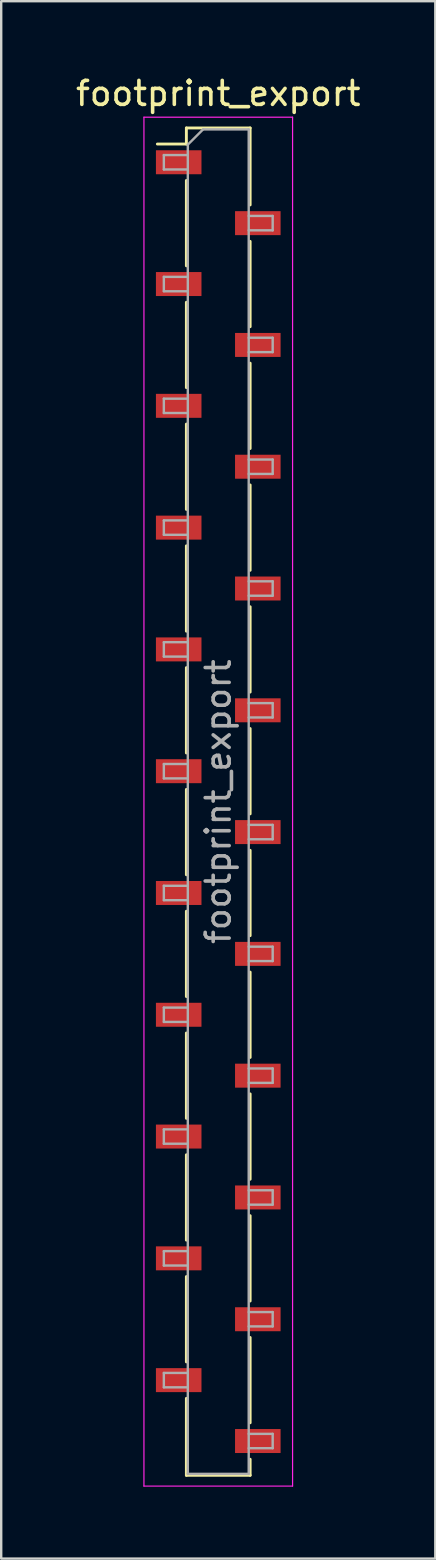
<source format=kicad_pcb>
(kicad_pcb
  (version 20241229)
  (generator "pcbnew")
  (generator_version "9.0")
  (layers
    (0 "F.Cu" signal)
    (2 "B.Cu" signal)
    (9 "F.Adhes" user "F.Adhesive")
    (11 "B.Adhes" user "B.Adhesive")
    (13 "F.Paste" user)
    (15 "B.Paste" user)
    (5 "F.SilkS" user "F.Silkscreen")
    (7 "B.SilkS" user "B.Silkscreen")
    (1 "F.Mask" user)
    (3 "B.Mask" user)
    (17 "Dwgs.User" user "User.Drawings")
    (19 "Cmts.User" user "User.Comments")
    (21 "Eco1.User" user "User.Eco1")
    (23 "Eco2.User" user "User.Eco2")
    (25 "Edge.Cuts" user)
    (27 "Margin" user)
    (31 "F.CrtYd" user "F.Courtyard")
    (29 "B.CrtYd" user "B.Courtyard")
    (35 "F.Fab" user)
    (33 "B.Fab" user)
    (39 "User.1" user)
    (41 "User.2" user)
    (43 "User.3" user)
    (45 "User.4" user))
  (footprint "footprint_export"
    (layer "F.Cu")
    (at 6.054 30.388)
    (property "Reference" "footprint_export" (at 0 -29.54 0) (layer "F.SilkS") (effects (font (size 1 1) (thickness 0.15))))
    (attr smd)
    (fp_line (start -2.54 -27.43) (end -1.33 -27.43) (stroke (width 0.12) (type solid)) (layer "F.SilkS"))
    (fp_line (start -1.33 -28.1) (end -1.33 -27.43) (stroke (width 0.12) (type solid)) (layer "F.SilkS"))
    (fp_line (start -1.33 -28.1) (end 1.33 -28.1) (stroke (width 0.12) (type solid)) (layer "F.SilkS"))
    (fp_line (start -1.33 -25.91) (end -1.33 -22.35) (stroke (width 0.12) (type solid)) (layer "F.SilkS"))
    (fp_line (start -1.33 -20.83) (end -1.33 -17.27) (stroke (width 0.12) (type solid)) (layer "F.SilkS"))
    (fp_line (start -1.33 -15.75) (end -1.33 -12.19) (stroke (width 0.12) (type solid)) (layer "F.SilkS"))
    (fp_line (start -1.33 -10.67) (end -1.33 -7.11) (stroke (width 0.12) (type solid)) (layer "F.SilkS"))
    (fp_line (start -1.33 -5.59) (end -1.33 -2.03) (stroke (width 0.12) (type solid)) (layer "F.SilkS"))
    (fp_line (start -1.33 -0.51) (end -1.33 3.05) (stroke (width 0.12) (type solid)) (layer "F.SilkS"))
    (fp_line (start -1.33 4.57) (end -1.33 8.13) (stroke (width 0.12) (type solid)) (layer "F.SilkS"))
    (fp_line (start -1.33 9.65) (end -1.33 13.21) (stroke (width 0.12) (type solid)) (layer "F.SilkS"))
    (fp_line (start -1.33 14.73) (end -1.33 18.29) (stroke (width 0.12) (type solid)) (layer "F.SilkS"))
    (fp_line (start -1.33 19.81) (end -1.33 23.37) (stroke (width 0.12) (type solid)) (layer "F.SilkS"))
    (fp_line (start -1.33 24.89) (end -1.33 28.1) (stroke (width 0.12) (type solid)) (layer "F.SilkS"))
    (fp_line (start -1.33 28.1) (end 1.33 28.1) (stroke (width 0.12) (type solid)) (layer "F.SilkS"))
    (fp_line (start 1.33 -28.1) (end 1.33 -24.89) (stroke (width 0.12) (type solid)) (layer "F.SilkS"))
    (fp_line (start 1.33 -23.37) (end 1.33 -19.81) (stroke (width 0.12) (type solid)) (layer "F.SilkS"))
    (fp_line (start 1.33 -18.29) (end 1.33 -14.73) (stroke (width 0.12) (type solid)) (layer "F.SilkS"))
    (fp_line (start 1.33 -13.21) (end 1.33 -9.65) (stroke (width 0.12) (type solid)) (layer "F.SilkS"))
    (fp_line (start 1.33 -8.13) (end 1.33 -4.57) (stroke (width 0.12) (type solid)) (layer "F.SilkS"))
    (fp_line (start 1.33 -3.05) (end 1.33 0.51) (stroke (width 0.12) (type solid)) (layer "F.SilkS"))
    (fp_line (start 1.33 2.03) (end 1.33 5.59) (stroke (width 0.12) (type solid)) (layer "F.SilkS"))
    (fp_line (start 1.33 7.11) (end 1.33 10.67) (stroke (width 0.12) (type solid)) (layer "F.SilkS"))
    (fp_line (start 1.33 12.19) (end 1.33 15.75) (stroke (width 0.12) (type solid)) (layer "F.SilkS"))
    (fp_line (start 1.33 17.27) (end 1.33 20.83) (stroke (width 0.12) (type solid)) (layer "F.SilkS"))
    (fp_line (start 1.33 22.35) (end 1.33 25.91) (stroke (width 0.12) (type solid)) (layer "F.SilkS"))
    (fp_line (start 1.33 27.43) (end 1.33 28.1) (stroke (width 0.12) (type solid)) (layer "F.SilkS"))
    (fp_line (start -3.1 -28.55) (end 3.1 -28.55) (stroke (width 0.05) (type solid)) (layer "F.CrtYd"))
    (fp_line (start -3.1 28.55) (end -3.1 -28.55) (stroke (width 0.05) (type solid)) (layer "F.CrtYd"))
    (fp_line (start 3.1 -28.55) (end 3.1 28.55) (stroke (width 0.05) (type solid)) (layer "F.CrtYd"))
    (fp_line (start 3.1 28.55) (end -3.1 28.55) (stroke (width 0.05) (type solid)) (layer "F.CrtYd"))
    (fp_line (start -2.27 -26.97) (end -1.27 -26.97) (stroke (width 0.1) (type solid)) (layer "F.Fab"))
    (fp_line (start -2.27 -26.37) (end -2.27 -26.97) (stroke (width 0.1) (type solid)) (layer "F.Fab"))
    (fp_line (start -2.27 -21.89) (end -1.27 -21.89) (stroke (width 0.1) (type solid)) (layer "F.Fab"))
    (fp_line (start -2.27 -21.29) (end -2.27 -21.89) (stroke (width 0.1) (type solid)) (layer "F.Fab"))
    (fp_line (start -2.27 -16.81) (end -1.27 -16.81) (stroke (width 0.1) (type solid)) (layer "F.Fab"))
    (fp_line (start -2.27 -16.21) (end -2.27 -16.81) (stroke (width 0.1) (type solid)) (layer "F.Fab"))
    (fp_line (start -2.27 -11.73) (end -1.27 -11.73) (stroke (width 0.1) (type solid)) (layer "F.Fab"))
    (fp_line (start -2.27 -11.13) (end -2.27 -11.73) (stroke (width 0.1) (type solid)) (layer "F.Fab"))
    (fp_line (start -2.27 -6.65) (end -1.27 -6.65) (stroke (width 0.1) (type solid)) (layer "F.Fab"))
    (fp_line (start -2.27 -6.05) (end -2.27 -6.65) (stroke (width 0.1) (type solid)) (layer "F.Fab"))
    (fp_line (start -2.27 -1.57) (end -1.27 -1.57) (stroke (width 0.1) (type solid)) (layer "F.Fab"))
    (fp_line (start -2.27 -0.97) (end -2.27 -1.57) (stroke (width 0.1) (type solid)) (layer "F.Fab"))
    (fp_line (start -2.27 3.51) (end -1.27 3.51) (stroke (width 0.1) (type solid)) (layer "F.Fab"))
    (fp_line (start -2.27 4.11) (end -2.27 3.51) (stroke (width 0.1) (type solid)) (layer "F.Fab"))
    (fp_line (start -2.27 8.59) (end -1.27 8.59) (stroke (width 0.1) (type solid)) (layer "F.Fab"))
    (fp_line (start -2.27 9.19) (end -2.27 8.59) (stroke (width 0.1) (type solid)) (layer "F.Fab"))
    (fp_line (start -2.27 13.67) (end -1.27 13.67) (stroke (width 0.1) (type solid)) (layer "F.Fab"))
    (fp_line (start -2.27 14.27) (end -2.27 13.67) (stroke (width 0.1) (type solid)) (layer "F.Fab"))
    (fp_line (start -2.27 18.75) (end -1.27 18.75) (stroke (width 0.1) (type solid)) (layer "F.Fab"))
    (fp_line (start -2.27 19.35) (end -2.27 18.75) (stroke (width 0.1) (type solid)) (layer "F.Fab"))
    (fp_line (start -2.27 23.83) (end -1.27 23.83) (stroke (width 0.1) (type solid)) (layer "F.Fab"))
    (fp_line (start -2.27 24.43) (end -2.27 23.83) (stroke (width 0.1) (type solid)) (layer "F.Fab"))
    (fp_line (start -1.27 -27.405) (end -0.635 -28.04) (stroke (width 0.1) (type solid)) (layer "F.Fab"))
    (fp_line (start -1.27 -26.37) (end -2.27 -26.37) (stroke (width 0.1) (type solid)) (layer "F.Fab"))
    (fp_line (start -1.27 -21.29) (end -2.27 -21.29) (stroke (width 0.1) (type solid)) (layer "F.Fab"))
    (fp_line (start -1.27 -16.21) (end -2.27 -16.21) (stroke (width 0.1) (type solid)) (layer "F.Fab"))
    (fp_line (start -1.27 -11.13) (end -2.27 -11.13) (stroke (width 0.1) (type solid)) (layer "F.Fab"))
    (fp_line (start -1.27 -6.05) (end -2.27 -6.05) (stroke (width 0.1) (type solid)) (layer "F.Fab"))
    (fp_line (start -1.27 -0.97) (end -2.27 -0.97) (stroke (width 0.1) (type solid)) (layer "F.Fab"))
    (fp_line (start -1.27 4.11) (end -2.27 4.11) (stroke (width 0.1) (type solid)) (layer "F.Fab"))
    (fp_line (start -1.27 9.19) (end -2.27 9.19) (stroke (width 0.1) (type solid)) (layer "F.Fab"))
    (fp_line (start -1.27 14.27) (end -2.27 14.27) (stroke (width 0.1) (type solid)) (layer "F.Fab"))
    (fp_line (start -1.27 19.35) (end -2.27 19.35) (stroke (width 0.1) (type solid)) (layer "F.Fab"))
    (fp_line (start -1.27 24.43) (end -2.27 24.43) (stroke (width 0.1) (type solid)) (layer "F.Fab"))
    (fp_line (start -1.27 28.04) (end -1.27 -27.405) (stroke (width 0.1) (type solid)) (layer "F.Fab"))
    (fp_line (start -0.635 -28.04) (end 1.27 -28.04) (stroke (width 0.1) (type solid)) (layer "F.Fab"))
    (fp_line (start 1.27 -28.04) (end 1.27 28.04) (stroke (width 0.1) (type solid)) (layer "F.Fab"))
    (fp_line (start 1.27 -24.43) (end 2.27 -24.43) (stroke (width 0.1) (type solid)) (layer "F.Fab"))
    (fp_line (start 1.27 -19.35) (end 2.27 -19.35) (stroke (width 0.1) (type solid)) (layer "F.Fab"))
    (fp_line (start 1.27 -14.27) (end 2.27 -14.27) (stroke (width 0.1) (type solid)) (layer "F.Fab"))
    (fp_line (start 1.27 -9.19) (end 2.27 -9.19) (stroke (width 0.1) (type solid)) (layer "F.Fab"))
    (fp_line (start 1.27 -4.11) (end 2.27 -4.11) (stroke (width 0.1) (type solid)) (layer "F.Fab"))
    (fp_line (start 1.27 0.97) (end 2.27 0.97) (stroke (width 0.1) (type solid)) (layer "F.Fab"))
    (fp_line (start 1.27 6.05) (end 2.27 6.05) (stroke (width 0.1) (type solid)) (layer "F.Fab"))
    (fp_line (start 1.27 11.13) (end 2.27 11.13) (stroke (width 0.1) (type solid)) (layer "F.Fab"))
    (fp_line (start 1.27 16.21) (end 2.27 16.21) (stroke (width 0.1) (type solid)) (layer "F.Fab"))
    (fp_line (start 1.27 21.29) (end 2.27 21.29) (stroke (width 0.1) (type solid)) (layer "F.Fab"))
    (fp_line (start 1.27 26.37) (end 2.27 26.37) (stroke (width 0.1) (type solid)) (layer "F.Fab"))
    (fp_line (start 1.27 28.04) (end -1.27 28.04) (stroke (width 0.1) (type solid)) (layer "F.Fab"))
    (fp_line (start 2.27 -24.43) (end 2.27 -23.83) (stroke (width 0.1) (type solid)) (layer "F.Fab"))
    (fp_line (start 2.27 -23.83) (end 1.27 -23.83) (stroke (width 0.1) (type solid)) (layer "F.Fab"))
    (fp_line (start 2.27 -19.35) (end 2.27 -18.75) (stroke (width 0.1) (type solid)) (layer "F.Fab"))
    (fp_line (start 2.27 -18.75) (end 1.27 -18.75) (stroke (width 0.1) (type solid)) (layer "F.Fab"))
    (fp_line (start 2.27 -14.27) (end 2.27 -13.67) (stroke (width 0.1) (type solid)) (layer "F.Fab"))
    (fp_line (start 2.27 -13.67) (end 1.27 -13.67) (stroke (width 0.1) (type solid)) (layer "F.Fab"))
    (fp_line (start 2.27 -9.19) (end 2.27 -8.59) (stroke (width 0.1) (type solid)) (layer "F.Fab"))
    (fp_line (start 2.27 -8.59) (end 1.27 -8.59) (stroke (width 0.1) (type solid)) (layer "F.Fab"))
    (fp_line (start 2.27 -4.11) (end 2.27 -3.51) (stroke (width 0.1) (type solid)) (layer "F.Fab"))
    (fp_line (start 2.27 -3.51) (end 1.27 -3.51) (stroke (width 0.1) (type solid)) (layer "F.Fab"))
    (fp_line (start 2.27 0.97) (end 2.27 1.57) (stroke (width 0.1) (type solid)) (layer "F.Fab"))
    (fp_line (start 2.27 1.57) (end 1.27 1.57) (stroke (width 0.1) (type solid)) (layer "F.Fab"))
    (fp_line (start 2.27 6.05) (end 2.27 6.65) (stroke (width 0.1) (type solid)) (layer "F.Fab"))
    (fp_line (start 2.27 6.65) (end 1.27 6.65) (stroke (width 0.1) (type solid)) (layer "F.Fab"))
    (fp_line (start 2.27 11.13) (end 2.27 11.73) (stroke (width 0.1) (type solid)) (layer "F.Fab"))
    (fp_line (start 2.27 11.73) (end 1.27 11.73) (stroke (width 0.1) (type solid)) (layer "F.Fab"))
    (fp_line (start 2.27 16.21) (end 2.27 16.81) (stroke (width 0.1) (type solid)) (layer "F.Fab"))
    (fp_line (start 2.27 16.81) (end 1.27 16.81) (stroke (width 0.1) (type solid)) (layer "F.Fab"))
    (fp_line (start 2.27 21.29) (end 2.27 21.89) (stroke (width 0.1) (type solid)) (layer "F.Fab"))
    (fp_line (start 2.27 21.89) (end 1.27 21.89) (stroke (width 0.1) (type solid)) (layer "F.Fab"))
    (fp_line (start 2.27 26.37) (end 2.27 26.97) (stroke (width 0.1) (type solid)) (layer "F.Fab"))
    (fp_line (start 2.27 26.97) (end 1.27 26.97) (stroke (width 0.1) (type solid)) (layer "F.Fab"))
    (fp_text user "${REFERENCE}" (at 0 0 90) (layer "F.Fab") (effects (font (size 1 1) (thickness 0.15))))
    (pad "1" smd rect (at -1.65 -26.67) (size 1.9 1) (layers "F.Cu" "F.Mask" "F.Paste"))
    (pad "2" smd rect (at 1.65 -24.13) (size 1.9 1) (layers "F.Cu" "F.Mask" "F.Paste"))
    (pad "3" smd rect (at -1.65 -21.59) (size 1.9 1) (layers "F.Cu" "F.Mask" "F.Paste"))
    (pad "4" smd rect (at 1.65 -19.05) (size 1.9 1) (layers "F.Cu" "F.Mask" "F.Paste"))
    (pad "5" smd rect (at -1.65 -16.51) (size 1.9 1) (layers "F.Cu" "F.Mask" "F.Paste"))
    (pad "6" smd rect (at 1.65 -13.97) (size 1.9 1) (layers "F.Cu" "F.Mask" "F.Paste"))
    (pad "7" smd rect (at -1.65 -11.43) (size 1.9 1) (layers "F.Cu" "F.Mask" "F.Paste"))
    (pad "8" smd rect (at 1.65 -8.89) (size 1.9 1) (layers "F.Cu" "F.Mask" "F.Paste"))
    (pad "9" smd rect (at -1.65 -6.35) (size 1.9 1) (layers "F.Cu" "F.Mask" "F.Paste"))
    (pad "10" smd rect (at 1.65 -3.81) (size 1.9 1) (layers "F.Cu" "F.Mask" "F.Paste"))
    (pad "11" smd rect (at -1.65 -1.27) (size 1.9 1) (layers "F.Cu" "F.Mask" "F.Paste"))
    (pad "12" smd rect (at 1.65 1.27) (size 1.9 1) (layers "F.Cu" "F.Mask" "F.Paste"))
    (pad "13" smd rect (at -1.65 3.81) (size 1.9 1) (layers "F.Cu" "F.Mask" "F.Paste"))
    (pad "14" smd rect (at 1.65 6.35) (size 1.9 1) (layers "F.Cu" "F.Mask" "F.Paste"))
    (pad "15" smd rect (at -1.65 8.89) (size 1.9 1) (layers "F.Cu" "F.Mask" "F.Paste"))
    (pad "16" smd rect (at 1.65 11.43) (size 1.9 1) (layers "F.Cu" "F.Mask" "F.Paste"))
    (pad "17" smd rect (at -1.65 13.97) (size 1.9 1) (layers "F.Cu" "F.Mask" "F.Paste"))
    (pad "18" smd rect (at 1.65 16.51) (size 1.9 1) (layers "F.Cu" "F.Mask" "F.Paste"))
    (pad "19" smd rect (at -1.65 19.05) (size 1.9 1) (layers "F.Cu" "F.Mask" "F.Paste"))
    (pad "20" smd rect (at 1.65 21.59) (size 1.9 1) (layers "F.Cu" "F.Mask" "F.Paste"))
    (pad "21" smd rect (at -1.65 24.13) (size 1.9 1) (layers "F.Cu" "F.Mask" "F.Paste"))
    (pad "22" smd rect (at 1.65 26.67) (size 1.9 1) (layers "F.Cu" "F.Mask" "F.Paste")))
  (gr_rect
    (start -3 -3)
    (end 15.107 61.963)
    (stroke (width 0.1) (type default))
    (fill no)
    (layer "Edge.Cuts")))
</source>
